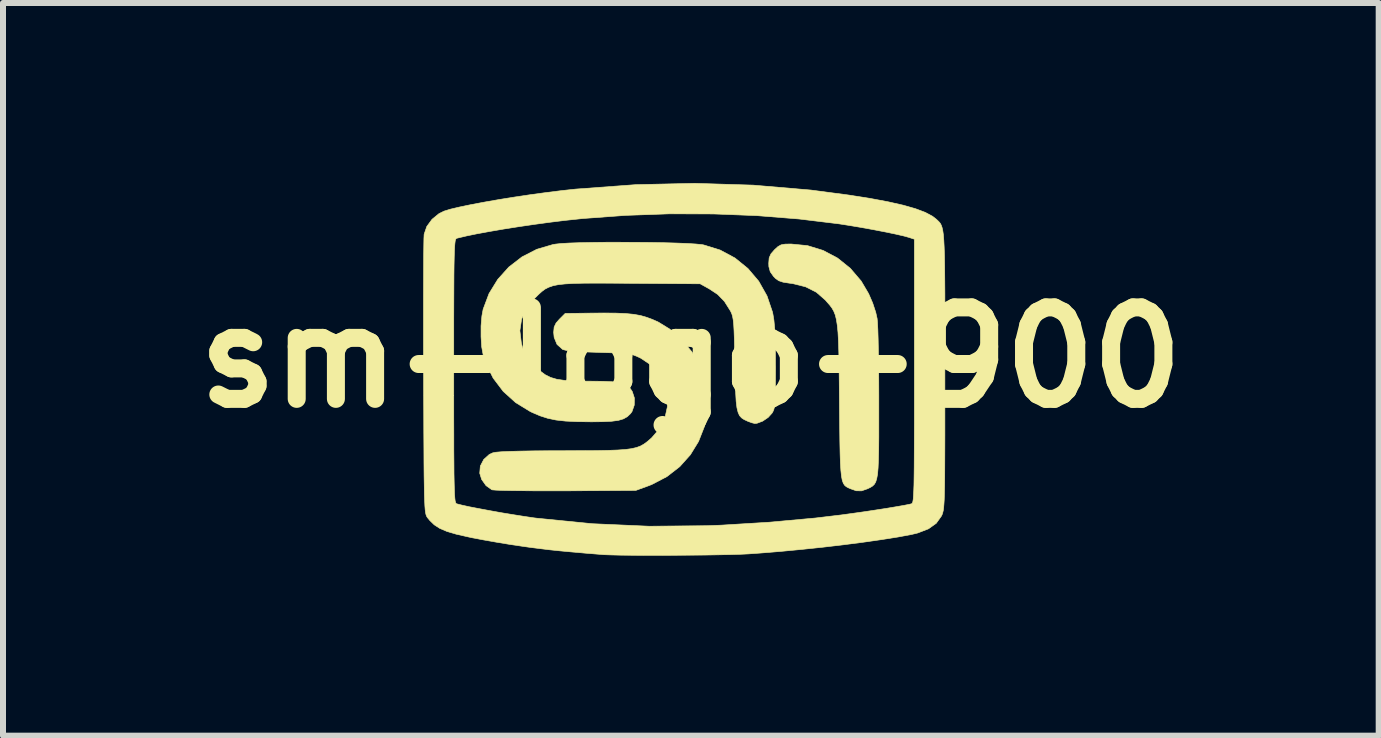
<source format=kicad_pcb>
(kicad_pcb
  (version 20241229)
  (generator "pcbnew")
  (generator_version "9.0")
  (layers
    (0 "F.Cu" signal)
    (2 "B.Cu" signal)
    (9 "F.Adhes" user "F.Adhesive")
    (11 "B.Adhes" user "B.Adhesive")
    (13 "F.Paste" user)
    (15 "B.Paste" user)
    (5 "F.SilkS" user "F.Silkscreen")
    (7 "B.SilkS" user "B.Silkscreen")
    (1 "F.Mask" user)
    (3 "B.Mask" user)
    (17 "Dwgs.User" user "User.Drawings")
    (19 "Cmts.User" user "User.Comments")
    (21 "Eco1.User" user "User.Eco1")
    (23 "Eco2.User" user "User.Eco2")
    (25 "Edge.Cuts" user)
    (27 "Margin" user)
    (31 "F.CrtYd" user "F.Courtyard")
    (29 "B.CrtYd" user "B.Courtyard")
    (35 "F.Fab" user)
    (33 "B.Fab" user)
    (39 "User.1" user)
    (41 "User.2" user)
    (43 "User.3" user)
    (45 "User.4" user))
  (footprint "sm-logo-900"
    (layer "F.Cu")
    (at 8.462 2.907)
    (property "Reference" "sm-logo-900" (at 0 0 0) (layer "F.SilkS") (effects (font (size 1.524 1.524) (thickness 0.3))))
    (attr through_hole)
    (fp_poly (pts (xy 1.944 -1.864) (xy 2.204 -1.784) (xy 2.444 -1.657) (xy 2.657 -1.486) (xy 2.838 -1.274) (xy 2.962 -1.064) (xy 3.03 -0.907) (xy 3.081 -0.752) (xy 3.104 -0.649) (xy 3.11 -0.581) (xy 3.116 -0.463) (xy 3.121 -0.302) (xy 3.125 -0.105) (xy 3.129 0.122) (xy 3.131 0.371) (xy 3.132 0.637) (xy 3.132 0.758) (xy 3.132 1.067) (xy 3.132 1.325) (xy 3.13 1.537) (xy 3.126 1.707) (xy 3.12 1.841) (xy 3.111 1.944) (xy 3.097 2.02) (xy 3.08 2.075) (xy 3.057 2.114) (xy 3.028 2.142) (xy 2.993 2.164) (xy 2.95 2.185) (xy 2.946 2.187) (xy 2.846 2.222) (xy 2.756 2.221) (xy 2.662 2.188) (xy 2.623 2.171) (xy 2.59 2.153) (xy 2.563 2.13) (xy 2.541 2.096) (xy 2.523 2.046) (xy 2.51 1.977) (xy 2.5 1.882) (xy 2.492 1.757) (xy 2.487 1.598) (xy 2.483 1.398) (xy 2.48 1.154) (xy 2.477 0.859) (xy 2.476 0.734) (xy 2.473 0.412) (xy 2.47 0.141) (xy 2.466 -0.085) (xy 2.46 -0.269) (xy 2.452 -0.419) (xy 2.44 -0.538) (xy 2.425 -0.634) (xy 2.406 -0.71) (xy 2.381 -0.772) (xy 2.35 -0.826) (xy 2.312 -0.876) (xy 2.266 -0.928) (xy 2.242 -0.956) (xy 2.092 -1.087) (xy 1.912 -1.178) (xy 1.695 -1.232) (xy 1.645 -1.238) (xy 1.537 -1.255) (xy 1.465 -1.279) (xy 1.411 -1.317) (xy 1.378 -1.351) (xy 1.323 -1.429) (xy 1.3 -1.514) (xy 1.298 -1.57) (xy 1.305 -1.66) (xy 1.335 -1.727) (xy 1.394 -1.795) (xy 1.452 -1.848) (xy 1.504 -1.877) (xy 1.571 -1.889) (xy 1.67 -1.891) (xy 1.944 -1.864)) (stroke (width 0.01) (type solid)) (fill yes) (layer "F.SilkS"))
    (fp_poly (pts (xy -1.243 -0.739) (xy -1.082 -0.732) (xy -0.949 -0.719) (xy -0.835 -0.698) (xy -0.732 -0.668) (xy -0.629 -0.629) (xy -0.537 -0.587) (xy -0.35 -0.472) (xy -0.166 -0.313) (xy 0.019 -0.092) (xy 0.153 0.146) (xy 0.24 0.397) (xy 0.279 0.654) (xy 0.273 0.91) (xy 0.222 1.161) (xy 0.128 1.4) (xy -0.008 1.621) (xy -0.184 1.818) (xy -0.399 1.985) (xy -0.652 2.117) (xy -0.714 2.141) (xy -0.917 2.215) (xy -2.088 2.222) (xy -2.342 2.222) (xy -2.579 2.222) (xy -2.794 2.22) (xy -2.981 2.218) (xy -3.132 2.215) (xy -3.242 2.211) (xy -3.305 2.206) (xy -3.316 2.204) (xy -3.413 2.135) (xy -3.486 2.032) (xy -3.518 1.929) (xy -3.508 1.809) (xy -3.451 1.699) (xy -3.359 1.616) (xy -3.301 1.589) (xy -3.25 1.579) (xy -3.157 1.571) (xy -3.02 1.565) (xy -2.837 1.56) (xy -2.604 1.556) (xy -2.318 1.554) (xy -2.129 1.554) (xy -1.832 1.553) (xy -1.585 1.552) (xy -1.383 1.548) (xy -1.22 1.542) (xy -1.09 1.533) (xy -0.987 1.519) (xy -0.905 1.5) (xy -0.838 1.475) (xy -0.781 1.443) (xy -0.727 1.403) (xy -0.67 1.354) (xy -0.653 1.339) (xy -0.519 1.184) (xy -0.432 1.008) (xy -0.391 0.821) (xy -0.395 0.63) (xy -0.441 0.446) (xy -0.53 0.276) (xy -0.66 0.129) (xy -0.83 0.014) (xy -0.84 0.009) (xy -0.899 -0.019) (xy -0.953 -0.04) (xy -1.011 -0.055) (xy -1.084 -0.065) (xy -1.182 -0.073) (xy -1.314 -0.078) (xy -1.49 -0.083) (xy -1.538 -0.085) (xy -1.768 -0.093) (xy -1.945 -0.103) (xy -2.066 -0.116) (xy -2.132 -0.132) (xy -2.136 -0.134) (xy -2.23 -0.218) (xy -2.278 -0.335) (xy -2.286 -0.418) (xy -2.278 -0.507) (xy -2.246 -0.574) (xy -2.19 -0.638) (xy -2.094 -0.734) (xy -1.689 -0.739) (xy -1.443 -0.741) (xy -1.243 -0.739)) (stroke (width 0.01) (type solid)) (fill yes) (layer "F.SilkS"))
    (fp_poly (pts (xy -0.93 -1.919) (xy -0.687 -1.917) (xy -0.457 -1.913) (xy -0.246 -1.907) (xy -0.063 -1.9) (xy 0.083 -1.891) (xy 0.185 -1.881) (xy 0.212 -1.876) (xy 0.487 -1.791) (xy 0.735 -1.658) (xy 0.951 -1.483) (xy 1.131 -1.271) (xy 1.269 -1.026) (xy 1.361 -0.755) (xy 1.368 -0.72) (xy 1.384 -0.623) (xy 1.396 -0.496) (xy 1.404 -0.332) (xy 1.409 -0.126) (xy 1.41 0.13) (xy 1.411 0.155) (xy 1.41 0.37) (xy 1.409 0.536) (xy 1.407 0.66) (xy 1.402 0.751) (xy 1.394 0.816) (xy 1.384 0.863) (xy 1.369 0.899) (xy 1.354 0.926) (xy 1.288 0.999) (xy 1.196 1.061) (xy 1.103 1.096) (xy 1.066 1.1) (xy 1.017 1.088) (xy 0.946 1.062) (xy 0.941 1.059) (xy 0.887 1.034) (xy 0.845 1.006) (xy 0.811 0.968) (xy 0.787 0.914) (xy 0.768 0.837) (xy 0.755 0.732) (xy 0.747 0.591) (xy 0.74 0.409) (xy 0.735 0.179) (xy 0.734 0.1) (xy 0.729 -0.129) (xy 0.725 -0.309) (xy 0.72 -0.447) (xy 0.714 -0.55) (xy 0.706 -0.626) (xy 0.696 -0.682) (xy 0.683 -0.726) (xy 0.666 -0.764) (xy 0.658 -0.779) (xy 0.56 -0.934) (xy 0.447 -1.051) (xy 0.306 -1.144) (xy 0.155 -1.228) (xy -0.998 -1.236) (xy -1.308 -1.238) (xy -1.567 -1.239) (xy -1.781 -1.238) (xy -1.955 -1.234) (xy -2.095 -1.226) (xy -2.207 -1.214) (xy -2.296 -1.196) (xy -2.368 -1.171) (xy -2.429 -1.14) (xy -2.483 -1.1) (xy -2.537 -1.051) (xy -2.596 -0.992) (xy -2.601 -0.988) (xy -2.738 -0.819) (xy -2.82 -0.64) (xy -2.849 -0.447) (xy -2.824 -0.238) (xy -2.806 -0.17) (xy -2.766 -0.068) (xy -2.705 0.026) (xy -2.611 0.131) (xy -2.599 0.143) (xy -2.511 0.225) (xy -2.428 0.287) (xy -2.339 0.332) (xy -2.234 0.363) (xy -2.104 0.382) (xy -1.94 0.392) (xy -1.731 0.395) (xy -1.671 0.395) (xy -1.468 0.397) (xy -1.313 0.404) (xy -1.198 0.418) (xy -1.114 0.441) (xy -1.053 0.475) (xy -1.006 0.522) (xy -0.976 0.568) (xy -0.941 0.675) (xy -0.943 0.794) (xy -0.981 0.902) (xy -1.007 0.937) (xy -1.06 0.987) (xy -1.124 1.023) (xy -1.208 1.048) (xy -1.322 1.063) (xy -1.475 1.07) (xy -1.657 1.072) (xy -1.894 1.069) (xy -2.087 1.06) (xy -2.247 1.042) (xy -2.385 1.013) (xy -2.513 0.972) (xy -2.644 0.916) (xy -2.677 0.9) (xy -2.919 0.752) (xy -3.127 0.564) (xy -3.295 0.342) (xy -3.418 0.094) (xy -3.46 -0.039) (xy -3.485 -0.176) (xy -3.496 -0.346) (xy -3.496 -0.525) (xy -3.482 -0.691) (xy -3.461 -0.804) (xy -3.363 -1.065) (xy -3.218 -1.301) (xy -3.033 -1.507) (xy -2.814 -1.676) (xy -2.567 -1.803) (xy -2.298 -1.882) (xy -2.256 -1.889) (xy -2.164 -1.899) (xy -2.026 -1.907) (xy -1.85 -1.913) (xy -1.644 -1.917) (xy -1.416 -1.92) (xy -1.175 -1.92) (xy -0.93 -1.919)) (stroke (width 0.01) (type solid)) (fill yes) (layer "F.SilkS"))
    (fp_poly (pts (xy 1.038 -2.872) (xy 2.001 -2.79) (xy 2.623 -2.708) (xy 2.981 -2.652) (xy 3.285 -2.595) (xy 3.538 -2.538) (xy 3.744 -2.479) (xy 3.906 -2.418) (xy 4.026 -2.354) (xy 4.088 -2.306) (xy 4.114 -2.282) (xy 4.136 -2.26) (xy 4.156 -2.236) (xy 4.172 -2.206) (xy 4.186 -2.167) (xy 4.198 -2.114) (xy 4.208 -2.045) (xy 4.215 -1.954) (xy 4.221 -1.84) (xy 4.226 -1.697) (xy 4.229 -1.522) (xy 4.231 -1.311) (xy 4.233 -1.061) (xy 4.233 -0.768) (xy 4.233 -0.429) (xy 4.233 -0.038) (xy 4.233 0.215) (xy 4.233 0.63) (xy 4.233 0.992) (xy 4.233 1.305) (xy 4.232 1.573) (xy 4.231 1.799) (xy 4.23 1.989) (xy 4.228 2.144) (xy 4.225 2.27) (xy 4.222 2.37) (xy 4.217 2.447) (xy 4.212 2.506) (xy 4.206 2.55) (xy 4.198 2.583) (xy 4.19 2.61) (xy 4.18 2.633) (xy 4.174 2.644) (xy 4.089 2.763) (xy 3.96 2.855) (xy 3.782 2.924) (xy 3.679 2.949) (xy 3.454 2.991) (xy 3.183 3.034) (xy 2.876 3.078) (xy 2.543 3.121) (xy 2.194 3.162) (xy 1.84 3.199) (xy 1.491 3.232) (xy 1.157 3.259) (xy 0.96 3.273) (xy 0.835 3.279) (xy 0.667 3.284) (xy 0.465 3.288) (xy 0.239 3.292) (xy -0.005 3.294) (xy -0.257 3.296) (xy -0.508 3.297) (xy -0.749 3.297) (xy -0.973 3.296) (xy -1.169 3.294) (xy -1.331 3.29) (xy -1.448 3.286) (xy -1.482 3.283) (xy -1.754 3.261) (xy -1.981 3.241) (xy -2.175 3.223) (xy -2.349 3.205) (xy -2.513 3.185) (xy -2.68 3.164) (xy -2.82 3.144) (xy -3.021 3.114) (xy -3.239 3.078) (xy -3.454 3.04) (xy -3.644 3.004) (xy -3.709 2.99) (xy -3.911 2.944) (xy -4.066 2.898) (xy -4.185 2.847) (xy -4.276 2.788) (xy -4.351 2.715) (xy -4.386 2.672) (xy -4.397 2.657) (xy -4.406 2.639) (xy -4.414 2.616) (xy -4.421 2.583) (xy -4.427 2.536) (xy -4.432 2.472) (xy -4.436 2.387) (xy -4.44 2.277) (xy -4.442 2.139) (xy -4.445 1.968) (xy -4.447 1.761) (xy -4.448 1.514) (xy -4.45 1.224) (xy -4.451 0.886) (xy -4.453 0.497) (xy -4.453 0.33) (xy -4.454 0.226) (xy -3.951 0.226) (xy -3.951 0.63) (xy -3.951 0.982) (xy -3.95 1.285) (xy -3.95 1.543) (xy -3.948 1.759) (xy -3.947 1.937) (xy -3.944 2.08) (xy -3.941 2.193) (xy -3.938 2.28) (xy -3.933 2.343) (xy -3.928 2.386) (xy -3.921 2.414) (xy -3.914 2.43) (xy -3.905 2.437) (xy -3.902 2.438) (xy -3.82 2.459) (xy -3.694 2.487) (xy -3.533 2.518) (xy -3.351 2.552) (xy -3.157 2.587) (xy -2.962 2.619) (xy -2.779 2.648) (xy -2.617 2.672) (xy -2.568 2.678) (xy -1.64 2.77) (xy -0.694 2.812) (xy 0.274 2.803) (xy 0.508 2.794) (xy 1.308 2.745) (xy 2.077 2.675) (xy 2.512 2.623) (xy 2.694 2.598) (xy 2.886 2.571) (xy 3.078 2.542) (xy 3.26 2.514) (xy 3.421 2.487) (xy 3.553 2.464) (xy 3.644 2.446) (xy 3.676 2.438) (xy 3.685 2.433) (xy 3.693 2.421) (xy 3.7 2.398) (xy 3.706 2.36) (xy 3.71 2.304) (xy 3.714 2.227) (xy 3.718 2.124) (xy 3.72 1.991) (xy 3.722 1.826) (xy 3.723 1.624) (xy 3.724 1.381) (xy 3.725 1.095) (xy 3.725 0.761) (xy 3.725 0.375) (xy 3.725 0.226) (xy 3.725 -1.971) (xy 3.634 -2.001) (xy 3.543 -2.026) (xy 3.408 -2.057) (xy 3.239 -2.092) (xy 3.048 -2.129) (xy 2.845 -2.166) (xy 2.642 -2.2) (xy 2.469 -2.227) (xy 1.803 -2.308) (xy 1.1 -2.364) (xy 0.375 -2.392) (xy -0.359 -2.394) (xy -1.087 -2.368) (xy -1.797 -2.316) (xy -2.1 -2.284) (xy -2.343 -2.254) (xy -2.6 -2.219) (xy -2.86 -2.181) (xy -3.115 -2.141) (xy -3.353 -2.1) (xy -3.566 -2.061) (xy -3.745 -2.024) (xy -3.879 -1.992) (xy -3.902 -1.986) (xy -3.911 -1.981) (xy -3.919 -1.969) (xy -3.926 -1.946) (xy -3.931 -1.908) (xy -3.936 -1.853) (xy -3.94 -1.775) (xy -3.943 -1.672) (xy -3.946 -1.54) (xy -3.948 -1.375) (xy -3.949 -1.173) (xy -3.95 -0.93) (xy -3.951 -0.644) (xy -3.951 -0.31) (xy -3.951 0.075) (xy -3.951 0.226) (xy -4.454 0.226) (xy -4.455 -0.026) (xy -4.455 -0.367) (xy -4.455 -0.69) (xy -4.455 -0.989) (xy -4.454 -1.261) (xy -4.453 -1.501) (xy -4.452 -1.703) (xy -4.45 -1.865) (xy -4.448 -1.98) (xy -4.445 -2.045) (xy -4.444 -2.055) (xy -4.4 -2.183) (xy -4.313 -2.302) (xy -4.197 -2.397) (xy -4.112 -2.439) (xy -4.008 -2.471) (xy -3.856 -2.507) (xy -3.664 -2.547) (xy -3.441 -2.589) (xy -3.195 -2.632) (xy -2.934 -2.674) (xy -2.666 -2.714) (xy -2.4 -2.75) (xy -2.143 -2.782) (xy -1.919 -2.806) (xy -0.917 -2.88) (xy 0.067 -2.902) (xy 1.038 -2.872)) (stroke (width 0.01) (type solid)) (fill yes) (layer "F.SilkS")))
  (gr_rect
    (start -3 -3)
    (end 19.924 9.209)
    (stroke (width 0.1) (type default))
    (fill no)
    (layer "Edge.Cuts")))
</source>
